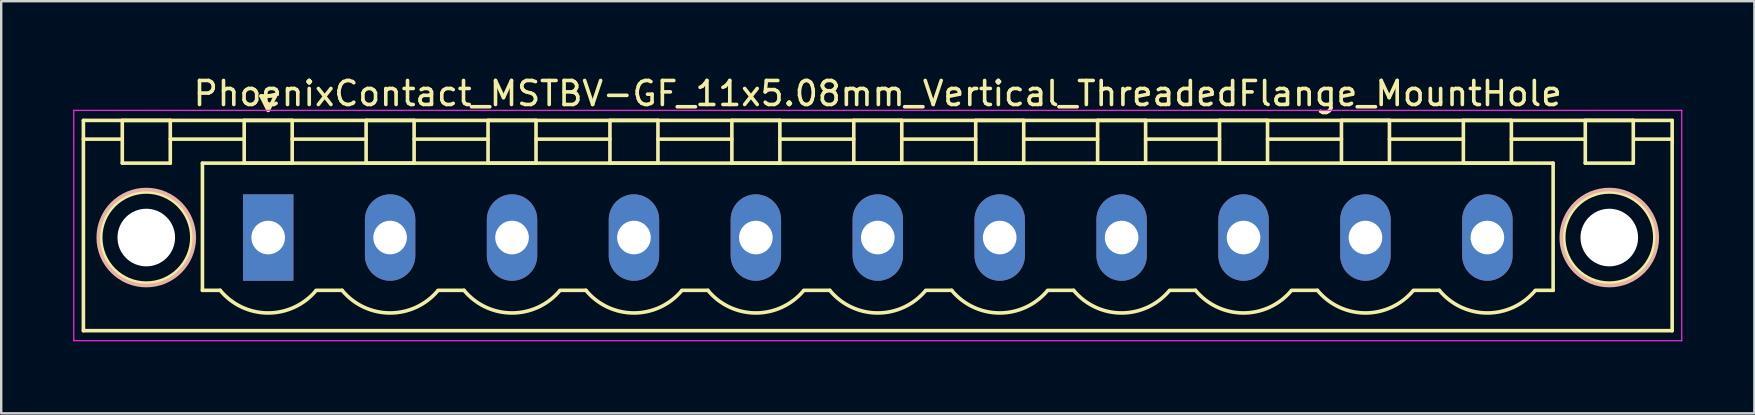
<source format=kicad_pcb>
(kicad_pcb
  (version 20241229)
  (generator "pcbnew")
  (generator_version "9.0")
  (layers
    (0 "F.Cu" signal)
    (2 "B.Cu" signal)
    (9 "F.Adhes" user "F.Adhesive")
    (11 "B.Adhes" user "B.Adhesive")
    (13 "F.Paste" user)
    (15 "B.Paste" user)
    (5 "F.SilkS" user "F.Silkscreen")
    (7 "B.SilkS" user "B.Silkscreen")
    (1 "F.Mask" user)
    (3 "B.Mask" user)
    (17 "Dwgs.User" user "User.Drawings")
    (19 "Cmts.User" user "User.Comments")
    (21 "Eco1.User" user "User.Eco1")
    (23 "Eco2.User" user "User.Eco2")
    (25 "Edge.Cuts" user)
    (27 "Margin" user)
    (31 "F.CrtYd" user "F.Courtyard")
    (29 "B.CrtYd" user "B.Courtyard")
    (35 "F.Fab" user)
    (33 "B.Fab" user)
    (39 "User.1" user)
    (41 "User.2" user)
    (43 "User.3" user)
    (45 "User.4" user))
  (footprint "PhoenixContact_MSTBV-GF_11x5.08mm_Vertical_ThreadedFlange_MountHole"
    (layer "F.Cu")
    (at 8.125 6.848)
    (property "Reference" "PhoenixContact_MSTBV-GF_11x5.08mm_Vertical_ThreadedFlange_MountHole" (at 25.4 -6 0) (layer "F.SilkS") (effects (font (size 1 1) (thickness 0.15))))
    (attr through_hole)
    (fp_line (start -7.7 -4.88) (end -7.7 3.88) (stroke (width 0.15) (type solid)) (layer "F.SilkS"))
    (fp_line (start -7.7 -4.1) (end -6.16 -4.1) (stroke (width 0.15) (type solid)) (layer "F.SilkS"))
    (fp_line (start -7.7 3.88) (end 58.5 3.88) (stroke (width 0.15) (type solid)) (layer "F.SilkS"))
    (fp_line (start -6.08 -4.88) (end -4.08 -4.88) (stroke (width 0.15) (type solid)) (layer "F.SilkS"))
    (fp_line (start -6.08 -3.1) (end -6.08 -4.88) (stroke (width 0.15) (type solid)) (layer "F.SilkS"))
    (fp_line (start -4.08 -4.88) (end -4.08 -3.1) (stroke (width 0.15) (type solid)) (layer "F.SilkS"))
    (fp_line (start -4.08 -4.1) (end -1 -4.1) (stroke (width 0.15) (type solid)) (layer "F.SilkS"))
    (fp_line (start -4.08 -3.1) (end -6.08 -3.1) (stroke (width 0.15) (type solid)) (layer "F.SilkS"))
    (fp_line (start -2.74 -3.1) (end 53.54 -3.1) (stroke (width 0.15) (type solid)) (layer "F.SilkS"))
    (fp_line (start -2.74 2.2) (end -2.74 -3.1) (stroke (width 0.15) (type solid)) (layer "F.SilkS"))
    (fp_line (start -2 2.2) (end -2.74 2.2) (stroke (width 0.15) (type solid)) (layer "F.SilkS"))
    (fp_line (start -1 -4.88) (end 1 -4.88) (stroke (width 0.15) (type solid)) (layer "F.SilkS"))
    (fp_line (start -1 -3.1) (end -1 -4.88) (stroke (width 0.15) (type solid)) (layer "F.SilkS"))
    (fp_line (start -0.3 -5.9) (end 0 -5.3) (stroke (width 0.15) (type solid)) (layer "F.SilkS"))
    (fp_line (start 0 -5.3) (end 0.3 -5.9) (stroke (width 0.15) (type solid)) (layer "F.SilkS"))
    (fp_line (start 0.3 -5.9) (end -0.3 -5.9) (stroke (width 0.15) (type solid)) (layer "F.SilkS"))
    (fp_line (start 1 -4.88) (end 1 -3.1) (stroke (width 0.15) (type solid)) (layer "F.SilkS"))
    (fp_line (start 1 -4.1) (end 4.08 -4.1) (stroke (width 0.15) (type solid)) (layer "F.SilkS"))
    (fp_line (start 1 -3.1) (end -1 -3.1) (stroke (width 0.15) (type solid)) (layer "F.SilkS"))
    (fp_line (start 2 2.2) (end 3.08 2.2) (stroke (width 0.15) (type solid)) (layer "F.SilkS"))
    (fp_line (start 4.08 -4.88) (end 6.08 -4.88) (stroke (width 0.15) (type solid)) (layer "F.SilkS"))
    (fp_line (start 4.08 -3.1) (end 4.08 -4.88) (stroke (width 0.15) (type solid)) (layer "F.SilkS"))
    (fp_line (start 6.08 -4.88) (end 6.08 -3.1) (stroke (width 0.15) (type solid)) (layer "F.SilkS"))
    (fp_line (start 6.08 -4.1) (end 9.16 -4.1) (stroke (width 0.15) (type solid)) (layer "F.SilkS"))
    (fp_line (start 6.08 -3.1) (end 4.08 -3.1) (stroke (width 0.15) (type solid)) (layer "F.SilkS"))
    (fp_line (start 7.08 2.2) (end 8.16 2.2) (stroke (width 0.15) (type solid)) (layer "F.SilkS"))
    (fp_line (start 9.16 -4.88) (end 11.16 -4.88) (stroke (width 0.15) (type solid)) (layer "F.SilkS"))
    (fp_line (start 9.16 -3.1) (end 9.16 -4.88) (stroke (width 0.15) (type solid)) (layer "F.SilkS"))
    (fp_line (start 11.16 -4.88) (end 11.16 -3.1) (stroke (width 0.15) (type solid)) (layer "F.SilkS"))
    (fp_line (start 11.16 -4.1) (end 14.24 -4.1) (stroke (width 0.15) (type solid)) (layer "F.SilkS"))
    (fp_line (start 11.16 -3.1) (end 9.16 -3.1) (stroke (width 0.15) (type solid)) (layer "F.SilkS"))
    (fp_line (start 12.16 2.2) (end 13.24 2.2) (stroke (width 0.15) (type solid)) (layer "F.SilkS"))
    (fp_line (start 14.24 -4.88) (end 16.24 -4.88) (stroke (width 0.15) (type solid)) (layer "F.SilkS"))
    (fp_line (start 14.24 -3.1) (end 14.24 -4.88) (stroke (width 0.15) (type solid)) (layer "F.SilkS"))
    (fp_line (start 16.24 -4.88) (end 16.24 -3.1) (stroke (width 0.15) (type solid)) (layer "F.SilkS"))
    (fp_line (start 16.24 -4.1) (end 19.32 -4.1) (stroke (width 0.15) (type solid)) (layer "F.SilkS"))
    (fp_line (start 16.24 -3.1) (end 14.24 -3.1) (stroke (width 0.15) (type solid)) (layer "F.SilkS"))
    (fp_line (start 17.24 2.2) (end 18.32 2.2) (stroke (width 0.15) (type solid)) (layer "F.SilkS"))
    (fp_line (start 19.32 -4.88) (end 21.32 -4.88) (stroke (width 0.15) (type solid)) (layer "F.SilkS"))
    (fp_line (start 19.32 -3.1) (end 19.32 -4.88) (stroke (width 0.15) (type solid)) (layer "F.SilkS"))
    (fp_line (start 21.32 -4.88) (end 21.32 -3.1) (stroke (width 0.15) (type solid)) (layer "F.SilkS"))
    (fp_line (start 21.32 -4.1) (end 24.4 -4.1) (stroke (width 0.15) (type solid)) (layer "F.SilkS"))
    (fp_line (start 21.32 -3.1) (end 19.32 -3.1) (stroke (width 0.15) (type solid)) (layer "F.SilkS"))
    (fp_line (start 22.32 2.2) (end 23.4 2.2) (stroke (width 0.15) (type solid)) (layer "F.SilkS"))
    (fp_line (start 24.4 -4.88) (end 26.4 -4.88) (stroke (width 0.15) (type solid)) (layer "F.SilkS"))
    (fp_line (start 24.4 -3.1) (end 24.4 -4.88) (stroke (width 0.15) (type solid)) (layer "F.SilkS"))
    (fp_line (start 26.4 -4.88) (end 26.4 -3.1) (stroke (width 0.15) (type solid)) (layer "F.SilkS"))
    (fp_line (start 26.4 -4.1) (end 29.48 -4.1) (stroke (width 0.15) (type solid)) (layer "F.SilkS"))
    (fp_line (start 26.4 -3.1) (end 24.4 -3.1) (stroke (width 0.15) (type solid)) (layer "F.SilkS"))
    (fp_line (start 27.4 2.2) (end 28.48 2.2) (stroke (width 0.15) (type solid)) (layer "F.SilkS"))
    (fp_line (start 29.48 -4.88) (end 31.48 -4.88) (stroke (width 0.15) (type solid)) (layer "F.SilkS"))
    (fp_line (start 29.48 -3.1) (end 29.48 -4.88) (stroke (width 0.15) (type solid)) (layer "F.SilkS"))
    (fp_line (start 31.48 -4.88) (end 31.48 -3.1) (stroke (width 0.15) (type solid)) (layer "F.SilkS"))
    (fp_line (start 31.48 -4.1) (end 34.56 -4.1) (stroke (width 0.15) (type solid)) (layer "F.SilkS"))
    (fp_line (start 31.48 -3.1) (end 29.48 -3.1) (stroke (width 0.15) (type solid)) (layer "F.SilkS"))
    (fp_line (start 32.48 2.2) (end 33.56 2.2) (stroke (width 0.15) (type solid)) (layer "F.SilkS"))
    (fp_line (start 34.56 -4.88) (end 36.56 -4.88) (stroke (width 0.15) (type solid)) (layer "F.SilkS"))
    (fp_line (start 34.56 -3.1) (end 34.56 -4.88) (stroke (width 0.15) (type solid)) (layer "F.SilkS"))
    (fp_line (start 36.56 -4.88) (end 36.56 -3.1) (stroke (width 0.15) (type solid)) (layer "F.SilkS"))
    (fp_line (start 36.56 -4.1) (end 39.64 -4.1) (stroke (width 0.15) (type solid)) (layer "F.SilkS"))
    (fp_line (start 36.56 -3.1) (end 34.56 -3.1) (stroke (width 0.15) (type solid)) (layer "F.SilkS"))
    (fp_line (start 37.56 2.2) (end 38.64 2.2) (stroke (width 0.15) (type solid)) (layer "F.SilkS"))
    (fp_line (start 39.64 -4.88) (end 41.64 -4.88) (stroke (width 0.15) (type solid)) (layer "F.SilkS"))
    (fp_line (start 39.64 -3.1) (end 39.64 -4.88) (stroke (width 0.15) (type solid)) (layer "F.SilkS"))
    (fp_line (start 41.64 -4.88) (end 41.64 -3.1) (stroke (width 0.15) (type solid)) (layer "F.SilkS"))
    (fp_line (start 41.64 -4.1) (end 44.72 -4.1) (stroke (width 0.15) (type solid)) (layer "F.SilkS"))
    (fp_line (start 41.64 -3.1) (end 39.64 -3.1) (stroke (width 0.15) (type solid)) (layer "F.SilkS"))
    (fp_line (start 42.64 2.2) (end 43.72 2.2) (stroke (width 0.15) (type solid)) (layer "F.SilkS"))
    (fp_line (start 44.72 -4.88) (end 46.72 -4.88) (stroke (width 0.15) (type solid)) (layer "F.SilkS"))
    (fp_line (start 44.72 -3.1) (end 44.72 -4.88) (stroke (width 0.15) (type solid)) (layer "F.SilkS"))
    (fp_line (start 46.72 -4.88) (end 46.72 -3.1) (stroke (width 0.15) (type solid)) (layer "F.SilkS"))
    (fp_line (start 46.72 -4.1) (end 49.8 -4.1) (stroke (width 0.15) (type solid)) (layer "F.SilkS"))
    (fp_line (start 46.72 -3.1) (end 44.72 -3.1) (stroke (width 0.15) (type solid)) (layer "F.SilkS"))
    (fp_line (start 47.72 2.2) (end 48.8 2.2) (stroke (width 0.15) (type solid)) (layer "F.SilkS"))
    (fp_line (start 49.8 -4.88) (end 51.8 -4.88) (stroke (width 0.15) (type solid)) (layer "F.SilkS"))
    (fp_line (start 49.8 -3.1) (end 49.8 -4.88) (stroke (width 0.15) (type solid)) (layer "F.SilkS"))
    (fp_line (start 51.8 -4.88) (end 51.8 -3.1) (stroke (width 0.15) (type solid)) (layer "F.SilkS"))
    (fp_line (start 51.8 -4.1) (end 54.88 -4.1) (stroke (width 0.15) (type solid)) (layer "F.SilkS"))
    (fp_line (start 51.8 -3.1) (end 49.8 -3.1) (stroke (width 0.15) (type solid)) (layer "F.SilkS"))
    (fp_line (start 53.54 -3.1) (end 53.54 2.2) (stroke (width 0.15) (type solid)) (layer "F.SilkS"))
    (fp_line (start 53.54 2.2) (end 52.8 2.2) (stroke (width 0.15) (type solid)) (layer "F.SilkS"))
    (fp_line (start 54.88 -4.88) (end 56.88 -4.88) (stroke (width 0.15) (type solid)) (layer "F.SilkS"))
    (fp_line (start 54.88 -3.1) (end 54.88 -4.88) (stroke (width 0.15) (type solid)) (layer "F.SilkS"))
    (fp_line (start 56.88 -4.88) (end 56.88 -3.1) (stroke (width 0.15) (type solid)) (layer "F.SilkS"))
    (fp_line (start 56.88 -3.1) (end 54.88 -3.1) (stroke (width 0.15) (type solid)) (layer "F.SilkS"))
    (fp_line (start 58.5 -4.88) (end -7.7 -4.88) (stroke (width 0.15) (type solid)) (layer "F.SilkS"))
    (fp_line (start 58.5 -4.1) (end 56.96 -4.1) (stroke (width 0.15) (type solid)) (layer "F.SilkS"))
    (fp_line (start 58.5 3.88) (end 58.5 -4.88) (stroke (width 0.15) (type solid)) (layer "F.SilkS"))
    (fp_arc (start 1.986842 2.215821) (mid -0.010289 3.142758) (end -2 2.2) (stroke (width 0.15) (type solid)) (layer "F.SilkS"))
    (fp_arc (start 7.066842 2.215821) (mid 5.069711 3.142758) (end 3.08 2.2) (stroke (width 0.15) (type solid)) (layer "F.SilkS"))
    (fp_arc (start 12.146842 2.215821) (mid 10.149711 3.142758) (end 8.16 2.2) (stroke (width 0.15) (type solid)) (layer "F.SilkS"))
    (fp_arc (start 17.226842 2.215821) (mid 15.229711 3.142758) (end 13.24 2.2) (stroke (width 0.15) (type solid)) (layer "F.SilkS"))
    (fp_arc (start 22.306842 2.215821) (mid 20.309711 3.142758) (end 18.32 2.2) (stroke (width 0.15) (type solid)) (layer "F.SilkS"))
    (fp_arc (start 27.386842 2.215821) (mid 25.389711 3.142758) (end 23.4 2.2) (stroke (width 0.15) (type solid)) (layer "F.SilkS"))
    (fp_arc (start 32.466842 2.215821) (mid 30.469711 3.142758) (end 28.48 2.2) (stroke (width 0.15) (type solid)) (layer "F.SilkS"))
    (fp_arc (start 37.546842 2.215821) (mid 35.549711 3.142758) (end 33.56 2.2) (stroke (width 0.15) (type solid)) (layer "F.SilkS"))
    (fp_arc (start 42.626842 2.215821) (mid 40.629711 3.142758) (end 38.64 2.2) (stroke (width 0.15) (type solid)) (layer "F.SilkS"))
    (fp_arc (start 47.706842 2.215821) (mid 45.709711 3.142758) (end 43.72 2.2) (stroke (width 0.15) (type solid)) (layer "F.SilkS"))
    (fp_arc (start 52.786842 2.215821) (mid 50.789711 3.142758) (end 48.8 2.2) (stroke (width 0.15) (type solid)) (layer "F.SilkS"))
    (fp_circle (center -5.08 0) (end -3.18 0) (stroke (width 0.15) (type solid)) (fill no) (layer "F.SilkS"))
    (fp_circle (center 55.88 0) (end 57.78 0) (stroke (width 0.15) (type solid)) (fill no) (layer "F.SilkS"))
    (fp_circle (center -5.08 0) (end -3.08 0) (stroke (width 0.15) (type solid)) (fill no) (layer "B.SilkS"))
    (fp_circle (center 55.88 0) (end 57.88 0) (stroke (width 0.15) (type solid)) (fill no) (layer "B.SilkS"))
    (fp_line (start -8.1 -5.3) (end -8.1 4.3) (stroke (width 0.05) (type solid)) (layer "F.CrtYd"))
    (fp_line (start -8.1 4.3) (end 58.9 4.3) (stroke (width 0.05) (type solid)) (layer "F.CrtYd"))
    (fp_line (start 58.9 -5.3) (end -8.1 -5.3) (stroke (width 0.05) (type solid)) (layer "F.CrtYd"))
    (fp_line (start 58.9 4.3) (end 58.9 -5.3) (stroke (width 0.05) (type solid)) (layer "F.CrtYd"))
    (pad "" np_thru_hole circle (at -5.08 0) (size 2.4 2.4) (drill 2.4) (layers "*.Cu" "*.Mask"))
    (pad "" np_thru_hole circle (at 55.88 0) (size 2.4 2.4) (drill 2.4) (layers "*.Cu" "*.Mask"))
    (pad "1" thru_hole rect (at 0 0) (size 2.1 3.6) (drill 1.4) (layers "*.Cu" "*.Mask"))
    (pad "2" thru_hole oval (at 5.08 0) (size 2.1 3.6) (drill 1.4) (layers "*.Cu" "*.Mask"))
    (pad "3" thru_hole oval (at 10.16 0) (size 2.1 3.6) (drill 1.4) (layers "*.Cu" "*.Mask"))
    (pad "4" thru_hole oval (at 15.24 0) (size 2.1 3.6) (drill 1.4) (layers "*.Cu" "*.Mask"))
    (pad "5" thru_hole oval (at 20.32 0) (size 2.1 3.6) (drill 1.4) (layers "*.Cu" "*.Mask"))
    (pad "6" thru_hole oval (at 25.4 0) (size 2.1 3.6) (drill 1.4) (layers "*.Cu" "*.Mask"))
    (pad "7" thru_hole oval (at 30.48 0) (size 2.1 3.6) (drill 1.4) (layers "*.Cu" "*.Mask"))
    (pad "8" thru_hole oval (at 35.56 0) (size 2.1 3.6) (drill 1.4) (layers "*.Cu" "*.Mask"))
    (pad "9" thru_hole oval (at 40.64 0) (size 2.1 3.6) (drill 1.4) (layers "*.Cu" "*.Mask"))
    (pad "10" thru_hole oval (at 45.72 0) (size 2.1 3.6) (drill 1.4) (layers "*.Cu" "*.Mask"))
    (pad "11" thru_hole oval (at 50.8 0) (size 2.1 3.6) (drill 1.4) (layers "*.Cu" "*.Mask")))
  (gr_rect
    (start -3 -3)
    (end 70.05 14.173)
    (stroke (width 0.1) (type default))
    (fill no)
    (layer "Edge.Cuts")))
</source>
